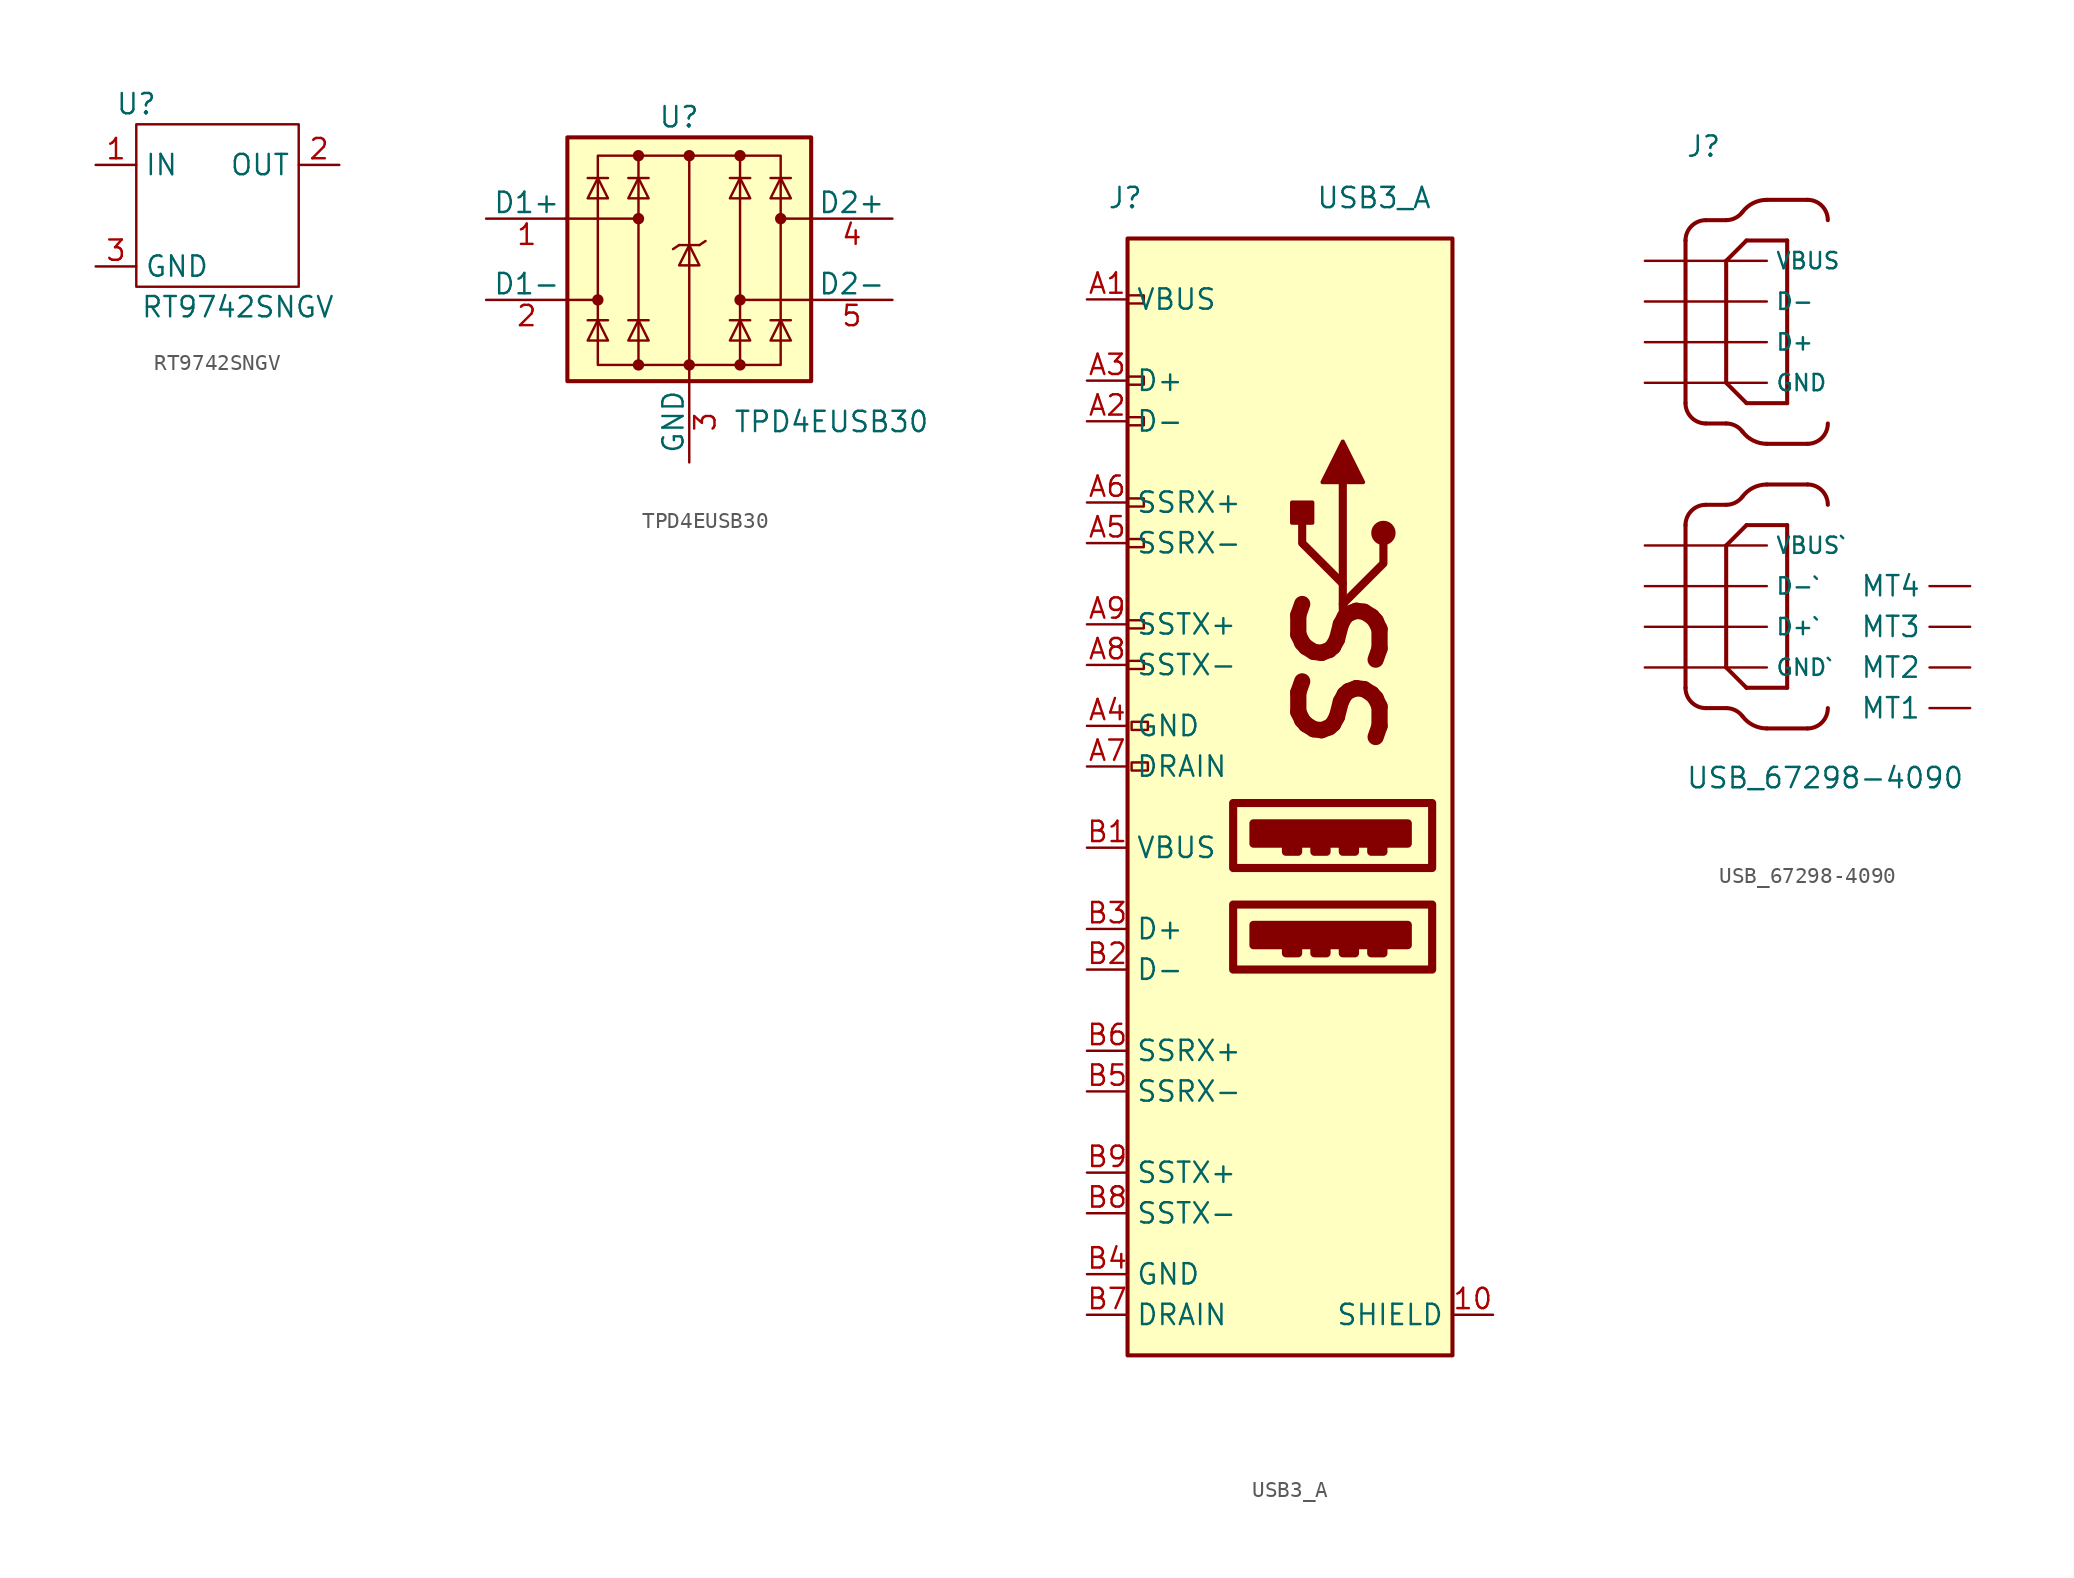
<source format=kicad_sym>
(kicad_symbol_lib
  (version 20200827)
  (generator kicad_symbol_editor)
  (symbol "CM4IO:RT9742SNGV"
    (property "Reference" "U"
      (at -2.54 7.62 0)
      (effects (font (size 1.27 1.27))))
    (property "Value" "RT9742SNGV"
      (at 3.81 -5.08 0)
      (effects (font (size 1.27 1.27))))
    (symbol "RT9742SNGV_0_1"
      (rectangle (start -2.54 6.35) (end 7.62 -3.81) (stroke (width 0)) (fill (type none))))
    (symbol "RT9742SNGV_1_1"
      (pin power_in line (at -5.08 3.81 0) (length 2.54) (name "IN" (effects (font (size 1.27 1.27)))) (number "1" (effects (font (size 1.27 1.27)))))
      (pin power_in line (at 10.16 3.81 180) (length 2.54) (name "OUT" (effects (font (size 1.27 1.27)))) (number "2" (effects (font (size 1.27 1.27)))))
      (pin power_in line (at -5.08 -2.54 0) (length 2.54) (name "GND" (effects (font (size 1.27 1.27)))) (number "3" (effects (font (size 1.27 1.27)))))))
  (symbol "CM4IO:TPD4EUSB30"
    (pin_names
      (offset 0))
    (property "Reference" "U"
      (at -0.635 8.89 0)
      (effects (font (size 1.27 1.27))))
    (property "Value" "TPD4EUSB30"
      (at 8.89 -10.16 0)
      (effects (font (size 1.27 1.27))))
    (symbol "TPD4EUSB30_0_1"
      (circle (center -5.715 -2.54) (radius 0.279) (stroke (width 0)) (fill (type outline)))
      (circle (center -3.175 -6.604) (radius 0.279) (stroke (width 0)) (fill (type outline)))
      (circle (center -3.175 2.54) (radius 0.279) (stroke (width 0)) (fill (type outline)))
      (circle (center -3.175 6.477) (radius 0.279) (stroke (width 0)) (fill (type outline)))
      (circle (center 0 -6.604) (radius 0.279) (stroke (width 0)) (fill (type outline)))
      (circle (center 0 6.477) (radius 0.279) (stroke (width 0)) (fill (type outline)))
      (circle (center 3.175 -6.604) (radius 0.279) (stroke (width 0)) (fill (type outline)))
      (circle (center 3.175 -2.54) (radius 0.279) (stroke (width 0)) (fill (type outline)))
      (circle (center 3.175 6.477) (radius 0.279) (stroke (width 0)) (fill (type outline)))
      (circle (center 5.715 2.54) (radius 0.279) (stroke (width 0)) (fill (type outline)))
      (rectangle (start -7.62 7.62) (end 7.62 -7.62) (stroke (width 0.254)) (fill (type background)))
      (polyline (pts (xy -7.747 2.54) (xy -3.175 2.54)) (stroke (width 0)) (fill (type none)))
      (polyline (pts (xy -7.62 -2.54) (xy -5.715 -2.54)) (stroke (width 0)) (fill (type none)))
      (polyline (pts (xy -5.08 -3.81) (xy -6.35 -3.81)) (stroke (width 0)) (fill (type none)))
      (polyline (pts (xy -5.08 5.08) (xy -6.35 5.08)) (stroke (width 0)) (fill (type none)))
      (polyline (pts (xy -2.54 -3.81) (xy -3.81 -3.81)) (stroke (width 0)) (fill (type none)))
      (polyline (pts (xy -2.54 5.08) (xy -3.81 5.08)) (stroke (width 0)) (fill (type none)))
      (polyline (pts (xy -0.635 0.889) (xy -1.016 0.635)) (stroke (width 0)) (fill (type none)))
      (polyline (pts (xy 0 -6.604) (xy 0 -7.62)) (stroke (width 0)) (fill (type none)))
      (polyline (pts (xy 0.635 0.889) (xy -0.635 0.889)) (stroke (width 0)) (fill (type none)))
      (polyline (pts (xy 0.635 0.889) (xy 1.016 1.143)) (stroke (width 0)) (fill (type none)))
      (polyline (pts (xy 3.81 -3.81) (xy 2.54 -3.81)) (stroke (width 0)) (fill (type none)))
      (polyline (pts (xy 3.81 5.08) (xy 2.54 5.08)) (stroke (width 0)) (fill (type none)))
      (polyline (pts (xy 6.35 -3.81) (xy 5.08 -3.81)) (stroke (width 0)) (fill (type none)))
      (polyline (pts (xy 6.35 5.08) (xy 5.08 5.08)) (stroke (width 0)) (fill (type none)))
      (polyline (pts (xy 7.62 -2.54) (xy 3.175 -2.54)) (stroke (width 0)) (fill (type none)))
      (polyline (pts (xy 7.62 2.54) (xy 5.715 2.54)) (stroke (width 0)) (fill (type none)))
      (polyline (pts (xy -5.08 -5.08) (xy -6.35 -5.08) (xy -5.715 -3.81) (xy -5.08 -5.08)) (stroke (width 0)) (fill (type none)))
      (polyline (pts (xy -5.08 3.81) (xy -6.35 3.81) (xy -5.715 5.08) (xy -5.08 3.81)) (stroke (width 0)) (fill (type none)))
      (polyline (pts (xy -2.54 -5.08) (xy -3.81 -5.08) (xy -3.175 -3.81) (xy -2.54 -5.08)) (stroke (width 0)) (fill (type none)))
      (polyline (pts (xy -2.54 3.81) (xy -3.81 3.81) (xy -3.175 5.08) (xy -2.54 3.81)) (stroke (width 0)) (fill (type none)))
      (polyline (pts (xy 0.635 -0.381) (xy -0.635 -0.381) (xy 0 0.889) (xy 0.635 -0.381)) (stroke (width 0)) (fill (type none)))
      (polyline (pts (xy 3.81 -5.08) (xy 2.54 -5.08) (xy 3.175 -3.81) (xy 3.81 -5.08)) (stroke (width 0)) (fill (type none)))
      (polyline (pts (xy 3.81 3.81) (xy 2.54 3.81) (xy 3.175 5.08) (xy 3.81 3.81)) (stroke (width 0)) (fill (type none)))
      (polyline (pts (xy 6.35 -5.08) (xy 5.08 -5.08) (xy 5.715 -3.81) (xy 6.35 -5.08)) (stroke (width 0)) (fill (type none)))
      (polyline (pts (xy 6.35 3.81) (xy 5.08 3.81) (xy 5.715 5.08) (xy 6.35 3.81)) (stroke (width 0)) (fill (type none))))
    (symbol "TPD4EUSB30_0_0"
      (rectangle (start -5.715 6.477) (end 5.715 -6.604) (stroke (width 0)) (fill (type none)))
      (polyline (pts (xy -3.175 -6.604) (xy -3.175 6.477)) (stroke (width 0)) (fill (type none)))
      (polyline (pts (xy 0 6.477) (xy 0 -6.604)) (stroke (width 0)) (fill (type none)))
      (polyline (pts (xy 3.175 6.477) (xy 3.175 -6.604)) (stroke (width 0)) (fill (type none))))
    (symbol "TPD4EUSB30_1_1"
      (pin passive line (at -12.7 2.54 0) (length 5.08) (name "D1+" (effects (font (size 1.27 1.27)))) (number "1" (effects (font (size 1.27 1.27)))))
      (pin passive line (at -12.7 2.54 0) (length 5.08) hide (name "~" (effects (font (size 1.27 1.27)))) (number "10" (effects (font (size 1.27 1.27)))))
      (pin passive line (at -12.7 -2.54 0) (length 5.08) (name "D1-" (effects (font (size 1.27 1.27)))) (number "2" (effects (font (size 1.27 1.27)))))
      (pin power_in line (at 0 -12.7 90) (length 5.08) (name "GND" (effects (font (size 1.27 1.27)))) (number "3" (effects (font (size 1.27 1.27)))))
      (pin passive line (at 12.7 2.54 180) (length 5.08) (name "D2+" (effects (font (size 1.27 1.27)))) (number "4" (effects (font (size 1.27 1.27)))))
      (pin passive line (at 12.7 -2.54 180) (length 5.08) (name "D2-" (effects (font (size 1.27 1.27)))) (number "5" (effects (font (size 1.27 1.27)))))
      (pin passive line (at 12.7 -2.54 180) (length 5.08) hide (name "~" (effects (font (size 1.27 1.27)))) (number "6" (effects (font (size 1.27 1.27)))))
      (pin passive line (at 12.7 2.54 180) (length 5.08) hide (name "~" (effects (font (size 1.27 1.27)))) (number "7" (effects (font (size 1.27 1.27)))))
      (pin passive line (at 0 -12.7 90) (length 5.08) hide (name "GND" (effects (font (size 1.27 1.27)))) (number "8" (effects (font (size 1.27 1.27)))))
      (pin passive line (at -12.7 -2.54 0) (length 5.08) hide (name "~" (effects (font (size 1.27 1.27)))) (number "9" (effects (font (size 1.27 1.27)))))))
  (symbol "CM4IO:USB3_A"
    (property "Reference" "J"
      (at -10.16 33.02 0)
      (effects (font (size 1.27 1.27)) (justify left)))
    (property "Value" "USB3_A"
      (at 10.16 33.02 0)
      (effects (font (size 1.27 1.27)) (justify right)))
    (symbol "USB3_A_1_1"
      (circle (center 7.112 12.065) (radius 0.635) (stroke (width 0.254)) (fill (type outline)))
      (text "SS" (at 4.572 3.175 900) (effects (font (size 5.08 5.08) bold italic)))
      (rectangle (start -8.89 4.064) (end -7.874 3.556) (stroke (width 0)) (fill (type none)))
      (rectangle (start -8.89 6.604) (end -7.874 6.096) (stroke (width 0)) (fill (type none)))
      (rectangle (start -8.89 11.684) (end -7.874 11.176) (stroke (width 0)) (fill (type none)))
      (rectangle (start -8.89 14.224) (end -7.874 13.716) (stroke (width 0)) (fill (type none)))
      (rectangle (start -8.89 19.304) (end -7.874 18.796) (stroke (width 0)) (fill (type none)))
      (rectangle (start -8.89 21.844) (end -7.874 21.336) (stroke (width 0)) (fill (type none)))
      (rectangle (start -8.89 26.924) (end -7.874 26.416) (stroke (width 0)) (fill (type none)))
      (rectangle (start -7.62 -2.286) (end -8.636 -2.794) (stroke (width 0)) (fill (type none)))
      (rectangle (start -7.62 0.254) (end -8.636 -0.254) (stroke (width 0)) (fill (type none)))
      (rectangle (start -2.286 -11.176) (end 10.16 -15.24) (stroke (width 0.508)) (fill (type none)))
      (rectangle (start -2.286 -4.826) (end 10.16 -8.89) (stroke (width 0.508)) (fill (type none)))
      (rectangle (start -1.016 -12.446) (end 8.636 -13.716) (stroke (width 0.508)) (fill (type outline)))
      (rectangle (start -1.016 -6.096) (end 8.636 -7.366) (stroke (width 0.508)) (fill (type outline)))
      (rectangle (start 1.016 -13.97) (end 1.778 -14.224) (stroke (width 0.508)) (fill (type none)))
      (rectangle (start 1.016 -7.62) (end 1.778 -7.874) (stroke (width 0.508)) (fill (type none)))
      (rectangle (start 2.667 12.7) (end 1.397 13.97) (stroke (width 0.254)) (fill (type outline)))
      (rectangle (start 2.794 -13.97) (end 3.556 -14.224) (stroke (width 0.508)) (fill (type none)))
      (rectangle (start 2.794 -7.62) (end 3.556 -7.874) (stroke (width 0.508)) (fill (type none)))
      (rectangle (start 4.572 -13.97) (end 5.334 -14.224) (stroke (width 0.508)) (fill (type none)))
      (rectangle (start 4.572 -7.62) (end 5.334 -7.874) (stroke (width 0.508)) (fill (type none)))
      (rectangle (start 6.35 -13.97) (end 7.112 -14.224) (stroke (width 0.508)) (fill (type none)))
      (rectangle (start 6.35 -7.62) (end 7.112 -7.874) (stroke (width 0.508)) (fill (type none)))
      (rectangle (start 11.43 30.48) (end -8.89 -39.37) (stroke (width 0.254)) (fill (type background)))
      (polyline (pts (xy 4.572 6.35) (xy 4.572 15.24)) (stroke (width 0.508)) (fill (type none)))
      (polyline (pts (xy 4.572 7.62) (xy 7.112 10.16) (xy 7.112 11.43)) (stroke (width 0.508)) (fill (type none)))
      (polyline (pts (xy 4.572 8.89) (xy 2.032 11.43) (xy 2.032 12.7)) (stroke (width 0.508)) (fill (type none)))
      (polyline (pts (xy 5.842 15.24) (xy 4.572 17.78) (xy 3.302 15.24) (xy 5.842 15.24)) (stroke (width 0.254)) (fill (type outline)))
      (pin passive line (at 13.97 -36.83 180) (length 2.54) (name "SHIELD" (effects (font (size 1.27 1.27)))) (number "10" (effects (font (size 1.27 1.27)))))
      (pin power_in line (at -11.43 26.67 0) (length 2.54) (name "VBUS" (effects (font (size 1.27 1.27)))) (number "A1" (effects (font (size 1.27 1.27)))))
      (pin bidirectional line (at -11.43 19.05 0) (length 2.54) (name "D-" (effects (font (size 1.27 1.27)))) (number "A2" (effects (font (size 1.27 1.27)))))
      (pin bidirectional line (at -11.43 21.59 0) (length 2.54) (name "D+" (effects (font (size 1.27 1.27)))) (number "A3" (effects (font (size 1.27 1.27)))))
      (pin power_in line (at -11.43 0 0) (length 2.54) (name "GND" (effects (font (size 1.27 1.27)))) (number "A4" (effects (font (size 1.27 1.27)))))
      (pin bidirectional line (at -11.43 11.43 0) (length 2.54) (name "SSRX-" (effects (font (size 1.27 1.27)))) (number "A5" (effects (font (size 1.27 1.27)))))
      (pin bidirectional line (at -11.43 13.97 0) (length 2.54) (name "SSRX+" (effects (font (size 1.27 1.27)))) (number "A6" (effects (font (size 1.27 1.27)))))
      (pin power_in line (at -11.43 -2.54 0) (length 2.54) (name "DRAIN" (effects (font (size 1.27 1.27)))) (number "A7" (effects (font (size 1.27 1.27)))))
      (pin bidirectional line (at -11.43 3.81 0) (length 2.54) (name "SSTX-" (effects (font (size 1.27 1.27)))) (number "A8" (effects (font (size 1.27 1.27)))))
      (pin bidirectional line (at -11.43 6.35 0) (length 2.54) (name "SSTX+" (effects (font (size 1.27 1.27)))) (number "A9" (effects (font (size 1.27 1.27)))))
      (pin power_in line (at -11.43 -7.62 0) (length 2.54) (name "VBUS" (effects (font (size 1.27 1.27)))) (number "B1" (effects (font (size 1.27 1.27)))))
      (pin bidirectional line (at -11.43 -15.24 0) (length 2.54) (name "D-" (effects (font (size 1.27 1.27)))) (number "B2" (effects (font (size 1.27 1.27)))))
      (pin bidirectional line (at -11.43 -12.7 0) (length 2.54) (name "D+" (effects (font (size 1.27 1.27)))) (number "B3" (effects (font (size 1.27 1.27)))))
      (pin power_in line (at -11.43 -34.29 0) (length 2.54) (name "GND" (effects (font (size 1.27 1.27)))) (number "B4" (effects (font (size 1.27 1.27)))))
      (pin bidirectional line (at -11.43 -22.86 0) (length 2.54) (name "SSRX-" (effects (font (size 1.27 1.27)))) (number "B5" (effects (font (size 1.27 1.27)))))
      (pin bidirectional line (at -11.43 -20.32 0) (length 2.54) (name "SSRX+" (effects (font (size 1.27 1.27)))) (number "B6" (effects (font (size 1.27 1.27)))))
      (pin power_in line (at -11.43 -36.83 0) (length 2.54) (name "DRAIN" (effects (font (size 1.27 1.27)))) (number "B7" (effects (font (size 1.27 1.27)))))
      (pin bidirectional line (at -11.43 -30.48 0) (length 2.54) (name "SSTX-" (effects (font (size 1.27 1.27)))) (number "B8" (effects (font (size 1.27 1.27)))))
      (pin bidirectional line (at -11.43 -27.94 0) (length 2.54) (name "SSTX+" (effects (font (size 1.27 1.27)))) (number "B9" (effects (font (size 1.27 1.27)))))))
  (symbol "CM4IO:USB_67298-4090"
    (pin_numbers hide)
    (property "Reference" "J"
      (at -5.08 21.641 0)
      (effects (font (size 1.27 1.27)) (justify left bottom)))
    (property "Value" "USB_67298-4090"
      (at -5.08 -17.805 0)
      (effects (font (size 1.27 1.27)) (justify left bottom)))
    (symbol "USB_67298-4090_0_0"
      (arc (start -5.08 -11.43) (end -3.81 -12.7) (radius (at -3.81 -11.43) (length 1.27) (angles 180 -90)) (stroke (width 0.254)) (fill (type none)))
      (arc (start -5.08 -1.27) (end -3.81 0) (radius (at -3.81 -1.27) (length 1.27) (angles 180 90)) (stroke (width 0.254)) (fill (type none)))
      (arc (start -5.08 6.35) (end -3.81 5.08) (radius (at -3.81 6.35) (length 1.27) (angles 180 -90)) (stroke (width 0.254)) (fill (type none)))
      (arc (start -5.08 16.51) (end -3.81 17.78) (radius (at -3.81 16.51) (length 1.27) (angles 180 90)) (stroke (width 0.254)) (fill (type none)))
      (arc (start -2.54 -12.7) (end -1.524 -13.208) (radius (at -2.54 -13.97) (length 1.27) (angles -143 -90)) (stroke (width 0.254)) (fill (type none)))
      (arc (start -2.54 0) (end -1.524 0.508) (radius (at -2.54 1.27) (length 1.27) (angles -90 -37)) (stroke (width 0.254)) (fill (type none)))
      (arc (start -2.54 5.08) (end -1.524 4.572) (radius (at -2.54 3.81) (length 1.27) (angles -143 -90)) (stroke (width 0.254)) (fill (type none)))
      (arc (start -2.54 17.78) (end -1.524 18.288) (radius (at -2.54 19.05) (length 1.27) (angles -90 -37)) (stroke (width 0.254)) (fill (type none)))
      (arc (start -1.524 -13.208) (end 0 -13.97) (radius (at 0 -12.065) (length 1.905) (angles -143 -90)) (stroke (width 0.254)) (fill (type none)))
      (arc (start -1.524 0.508) (end 0 1.27) (radius (at 0 -0.635) (length 1.905) (angles -90 -37)) (stroke (width 0.254)) (fill (type none)))
      (arc (start -1.524 4.572) (end 0 3.81) (radius (at 0 5.715) (length 1.905) (angles -143 -90)) (stroke (width 0.254)) (fill (type none)))
      (arc (start -1.524 18.288) (end 0 19.05) (radius (at 0 17.145) (length 1.905) (angles -90 -37)) (stroke (width 0.254)) (fill (type none)))
      (arc (start 2.54 -13.97) (end 3.81 -12.7) (radius (at 2.54 -12.7) (length 1.27) (angles -90 0)) (stroke (width 0.254)) (fill (type none)))
      (arc (start 2.54 1.27) (end 3.81 0) (radius (at 2.54 0) (length 1.27) (angles 90 0)) (stroke (width 0.254)) (fill (type none)))
      (arc (start 2.54 3.81) (end 3.81 5.08) (radius (at 2.54 5.08) (length 1.27) (angles -90 0)) (stroke (width 0.254)) (fill (type none)))
      (arc (start 2.54 19.05) (end 3.81 17.78) (radius (at 2.54 17.78) (length 1.27) (angles 90 0)) (stroke (width 0.254)) (fill (type none)))
      (polyline (pts (xy -5.08 -1.27) (xy -5.08 -11.43)) (stroke (width 0.254)) (fill (type none)))
      (polyline (pts (xy -5.08 16.51) (xy -5.08 6.35)) (stroke (width 0.254)) (fill (type none)))
      (polyline (pts (xy -3.81 -12.7) (xy -2.54 -12.7)) (stroke (width 0.254)) (fill (type none)))
      (polyline (pts (xy -3.81 0) (xy -2.54 0)) (stroke (width 0.254)) (fill (type none)))
      (polyline (pts (xy -3.81 5.08) (xy -2.54 5.08)) (stroke (width 0.254)) (fill (type none)))
      (polyline (pts (xy -3.81 17.78) (xy -2.54 17.78)) (stroke (width 0.254)) (fill (type none)))
      (polyline (pts (xy -2.54 -10.16) (xy -1.27 -11.43)) (stroke (width 0.254)) (fill (type none)))
      (polyline (pts (xy -2.54 -2.54) (xy -2.54 -10.16)) (stroke (width 0.254)) (fill (type none)))
      (polyline (pts (xy -2.54 7.62) (xy -1.27 6.35)) (stroke (width 0.254)) (fill (type none)))
      (polyline (pts (xy -2.54 15.24) (xy -2.54 7.62)) (stroke (width 0.254)) (fill (type none)))
      (polyline (pts (xy -1.27 -11.43) (xy 1.27 -11.43)) (stroke (width 0.254)) (fill (type none)))
      (polyline (pts (xy -1.27 -1.27) (xy -2.54 -2.54)) (stroke (width 0.254)) (fill (type none)))
      (polyline (pts (xy -1.27 6.35) (xy 1.27 6.35)) (stroke (width 0.254)) (fill (type none)))
      (polyline (pts (xy -1.27 16.51) (xy -2.54 15.24)) (stroke (width 0.254)) (fill (type none)))
      (polyline (pts (xy 0 -13.97) (xy 2.54 -13.97)) (stroke (width 0.254)) (fill (type none)))
      (polyline (pts (xy 0 1.27) (xy 2.54 1.27)) (stroke (width 0.254)) (fill (type none)))
      (polyline (pts (xy 0 3.81) (xy 2.54 3.81)) (stroke (width 0.254)) (fill (type none)))
      (polyline (pts (xy 0 19.05) (xy 2.54 19.05)) (stroke (width 0.254)) (fill (type none)))
      (polyline (pts (xy 1.27 -11.43) (xy 1.27 -1.27)) (stroke (width 0.254)) (fill (type none)))
      (polyline (pts (xy 1.27 -1.27) (xy -1.27 -1.27)) (stroke (width 0.254)) (fill (type none)))
      (polyline (pts (xy 1.27 6.35) (xy 1.27 16.51)) (stroke (width 0.254)) (fill (type none)))
      (polyline (pts (xy 1.27 16.51) (xy -1.27 16.51)) (stroke (width 0.254)) (fill (type none)))
      (pin power_in line (at -7.62 -2.54 0) (length 7.62) (name "VBUS`" (effects (font (size 1.016 1.016)))) (number "1" (effects (font (size 1.016 1.016)))))
      (pin passive line (at -7.62 -5.08 0) (length 7.62) (name "D-`" (effects (font (size 1.016 1.016)))) (number "2" (effects (font (size 1.016 1.016)))))
      (pin passive line (at -7.62 -7.62 0) (length 7.62) (name "D+`" (effects (font (size 1.016 1.016)))) (number "3" (effects (font (size 1.016 1.016)))))
      (pin power_in line (at -7.62 -10.16 0) (length 7.62) (name "GND`" (effects (font (size 1.016 1.016)))) (number "4" (effects (font (size 1.016 1.016)))))
      (pin power_in line (at -7.62 15.24 0) (length 7.62) (name "VBUS" (effects (font (size 1.016 1.016)))) (number "5" (effects (font (size 1.016 1.016)))))
      (pin passive line (at -7.62 12.7 0) (length 7.62) (name "D-" (effects (font (size 1.016 1.016)))) (number "6" (effects (font (size 1.016 1.016)))))
      (pin passive line (at -7.62 10.16 0) (length 7.62) (name "D+" (effects (font (size 1.016 1.016)))) (number "7" (effects (font (size 1.016 1.016)))))
      (pin power_in line (at -7.62 7.62 0) (length 7.62) (name "GND" (effects (font (size 1.016 1.016)))) (number "8" (effects (font (size 1.016 1.016)))))
      (pin passive line (at 12.7 -12.7 180) (length 2.54) (name "MT1" (effects (font (size 1.27 1.27)))) (number "MT1" (effects (font (size 1.27 1.27)))))
      (pin passive line (at 12.7 -10.16 180) (length 2.54) (name "MT2" (effects (font (size 1.27 1.27)))) (number "MT2" (effects (font (size 1.27 1.27)))))
      (pin passive line (at 12.7 -7.62 180) (length 2.54) (name "MT3" (effects (font (size 1.27 1.27)))) (number "MT3" (effects (font (size 1.27 1.27)))))
      (pin passive line (at 12.7 -5.08 180) (length 2.54) (name "MT4" (effects (font (size 1.27 1.27)))) (number "MT4" (effects (font (size 1.27 1.27))))))))
</source>
